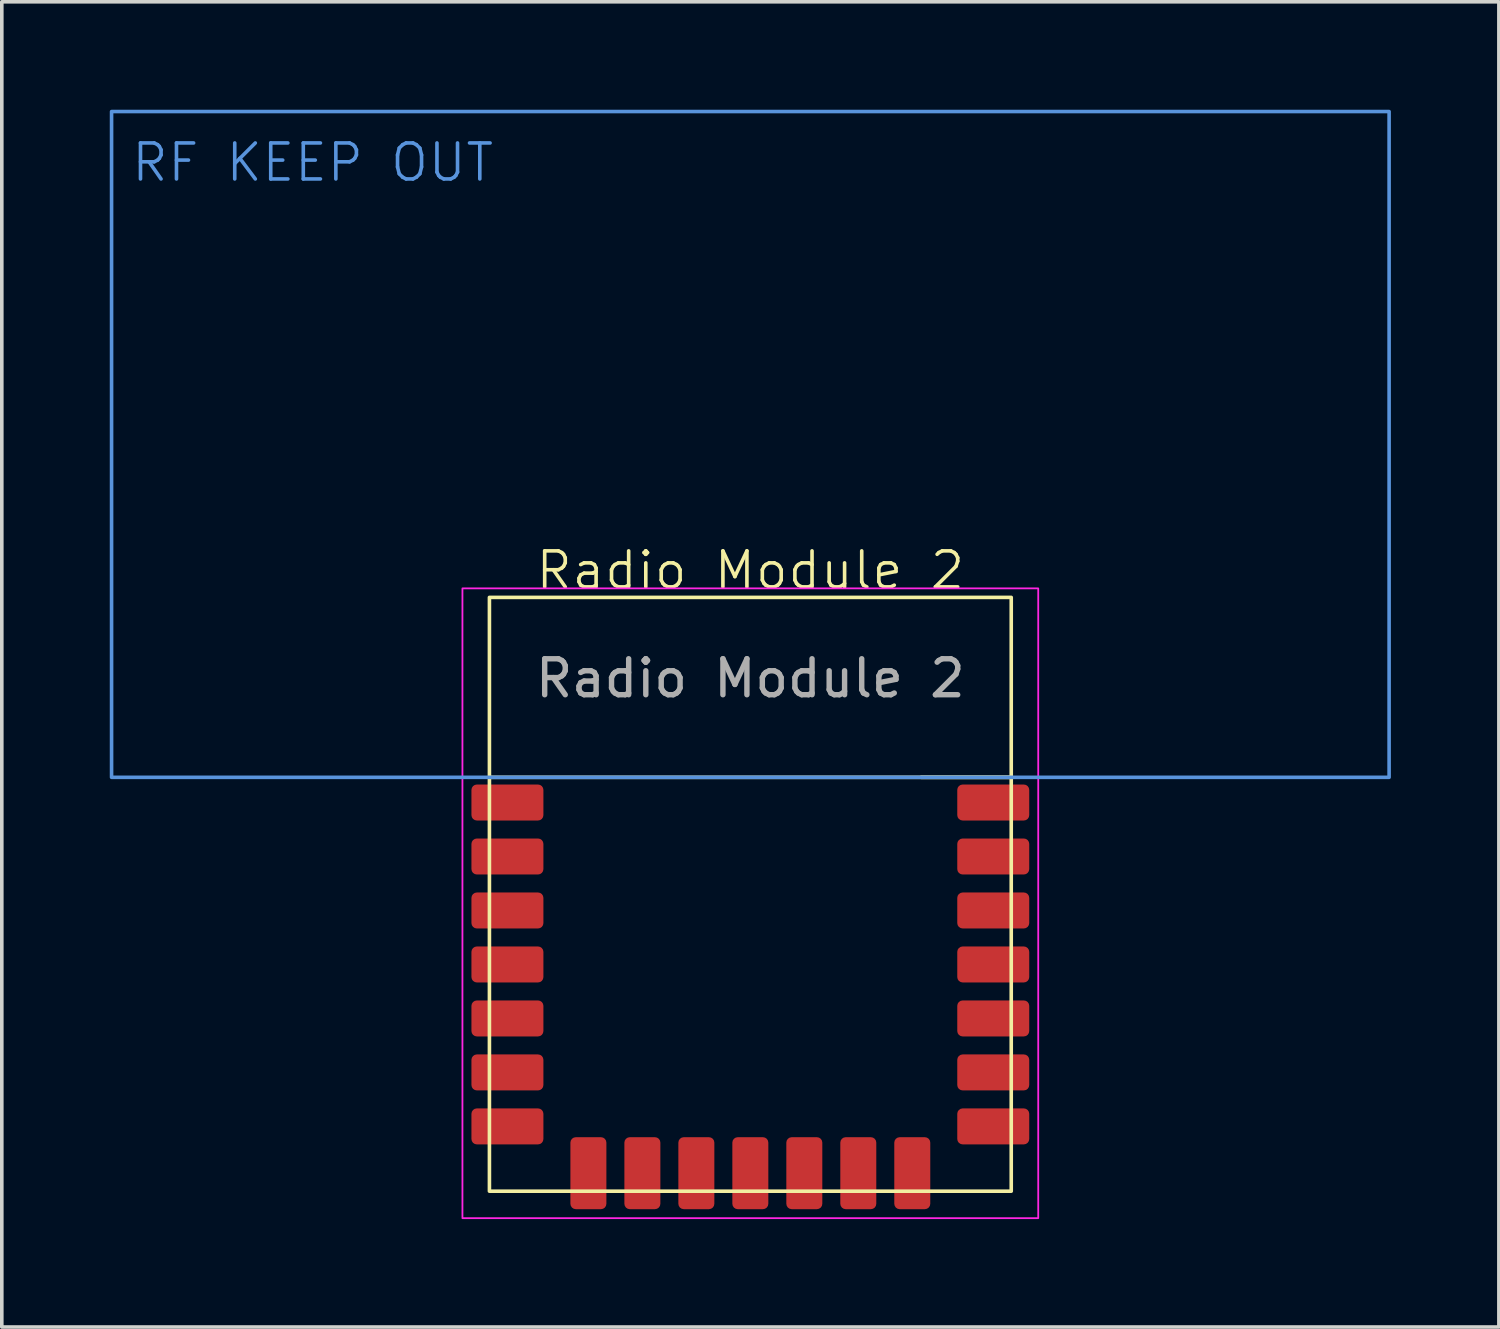
<source format=kicad_pcb>
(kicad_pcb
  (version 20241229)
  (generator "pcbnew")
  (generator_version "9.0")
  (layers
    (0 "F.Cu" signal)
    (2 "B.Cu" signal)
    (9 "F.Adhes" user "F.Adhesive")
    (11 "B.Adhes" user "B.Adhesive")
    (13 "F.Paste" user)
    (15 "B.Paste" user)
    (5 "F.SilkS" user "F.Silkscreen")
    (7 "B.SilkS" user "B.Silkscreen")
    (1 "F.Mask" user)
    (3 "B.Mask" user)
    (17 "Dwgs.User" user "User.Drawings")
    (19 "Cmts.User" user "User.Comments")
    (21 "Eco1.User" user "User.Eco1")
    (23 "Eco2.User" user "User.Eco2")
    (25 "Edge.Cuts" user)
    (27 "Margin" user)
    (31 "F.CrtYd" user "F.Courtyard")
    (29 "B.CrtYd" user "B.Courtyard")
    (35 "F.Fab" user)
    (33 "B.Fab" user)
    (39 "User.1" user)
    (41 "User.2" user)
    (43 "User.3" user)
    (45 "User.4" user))
  (footprint "Radio Module 2"
    (layer "F.Cu")
    (at 17.8 13.3)
    (property "Reference" "Radio Module 2" (at 0 -0.5 0) (unlocked yes) (layer "F.SilkS") (effects (font (size 1 1) (thickness 0.1))))
    (attr smd)
    (fp_line (start -7.25 5.25) (end 7.25 5.25) (stroke (width 0.1) (type default)) (layer "F.SilkS"))
    (fp_line (start 7.25 5.25) (end 4.75 5.25) (stroke (width 0.1) (type default)) (layer "F.SilkS"))
    (fp_rect (start -7.25 0.25) (end 7.25 16.75) (stroke (width 0.1) (type default)) (fill no) (layer "F.SilkS"))
    (fp_rect (start -17.75 -13.25) (end 17.75 5.25) (stroke (width 0.1) (type solid)) (fill no) (layer "Cmts.User"))
    (fp_rect (start -8 0) (end 8 17.5) (stroke (width 0.05) (type default)) (fill no) (layer "F.CrtYd"))
    (fp_text user "RF KEEP OUT" (at -17.25 -11.25 0) (unlocked yes) (layer "Cmts.User") (effects (font (size 1 1) (thickness 0.1)) (justify left bottom)))
    (fp_text user "${REFERENCE}" (at 0 2.5 0) (unlocked yes) (layer "F.Fab") (effects (font (size 1 1) (thickness 0.15))))
    (pad "1" smd roundrect (at -6.75 5.95) (size 2 1) (layers "F.Cu" "F.Mask" "F.Paste") (roundrect_rratio 0.15))
    (pad "2" smd roundrect (at -6.75 7.45) (size 2 1) (layers "F.Cu" "F.Mask" "F.Paste") (roundrect_rratio 0.15))
    (pad "3" smd roundrect (at -6.75 8.95) (size 2 1) (layers "F.Cu" "F.Mask" "F.Paste") (roundrect_rratio 0.15))
    (pad "4" smd roundrect (at -6.75 10.45) (size 2 1) (layers "F.Cu" "F.Mask" "F.Paste") (roundrect_rratio 0.15))
    (pad "5" smd roundrect (at -6.75 11.95) (size 2 1) (layers "F.Cu" "F.Mask" "F.Paste") (roundrect_rratio 0.15))
    (pad "6" smd roundrect (at -6.75 13.45) (size 2 1) (layers "F.Cu" "F.Mask" "F.Paste") (roundrect_rratio 0.15))
    (pad "7" smd roundrect (at -6.75 14.95) (size 2 1) (layers "F.Cu" "F.Mask" "F.Paste") (roundrect_rratio 0.15))
    (pad "8" smd roundrect (at -4.5 16.25 90) (size 2 1) (layers "F.Cu" "F.Mask" "F.Paste") (roundrect_rratio 0.15))
    (pad "9" smd roundrect (at -3 16.25 90) (size 2 1) (layers "F.Cu" "F.Mask" "F.Paste") (roundrect_rratio 0.15))
    (pad "10" smd roundrect (at -1.5 16.25 90) (size 2 1) (layers "F.Cu" "F.Mask" "F.Paste") (roundrect_rratio 0.15))
    (pad "11" smd roundrect (at 0 16.25 90) (size 2 1) (layers "F.Cu" "F.Mask" "F.Paste") (roundrect_rratio 0.15))
    (pad "12" smd roundrect (at 1.5 16.25 90) (size 2 1) (layers "F.Cu" "F.Mask" "F.Paste") (roundrect_rratio 0.15))
    (pad "13" smd roundrect (at 3 16.25 90) (size 2 1) (layers "F.Cu" "F.Mask" "F.Paste") (roundrect_rratio 0.15))
    (pad "14" smd roundrect (at 4.5 16.25 90) (size 2 1) (layers "F.Cu" "F.Mask" "F.Paste") (roundrect_rratio 0.15))
    (pad "15" smd roundrect (at 6.75 14.95) (size 2 1) (layers "F.Cu" "F.Mask" "F.Paste") (roundrect_rratio 0.15))
    (pad "16" smd roundrect (at 6.75 13.45) (size 2 1) (layers "F.Cu" "F.Mask" "F.Paste") (roundrect_rratio 0.15))
    (pad "17" smd roundrect (at 6.75 11.95) (size 2 1) (layers "F.Cu" "F.Mask" "F.Paste") (roundrect_rratio 0.15))
    (pad "18" smd roundrect (at 6.75 10.45) (size 2 1) (layers "F.Cu" "F.Mask" "F.Paste") (roundrect_rratio 0.15))
    (pad "19" smd roundrect (at 6.75 8.95) (size 2 1) (layers "F.Cu" "F.Mask" "F.Paste") (roundrect_rratio 0.15))
    (pad "20" smd roundrect (at 6.75 7.45) (size 2 1) (layers "F.Cu" "F.Mask" "F.Paste") (roundrect_rratio 0.15))
    (pad "21" smd roundrect (at 6.75 5.95) (size 2 1) (layers "F.Cu" "F.Mask" "F.Paste") (roundrect_rratio 0.15)))
  (gr_rect
    (start -3 -3)
    (end 38.6 33.825)
    (stroke (width 0.1) (type default))
    (fill no)
    (layer "Edge.Cuts")))
</source>
